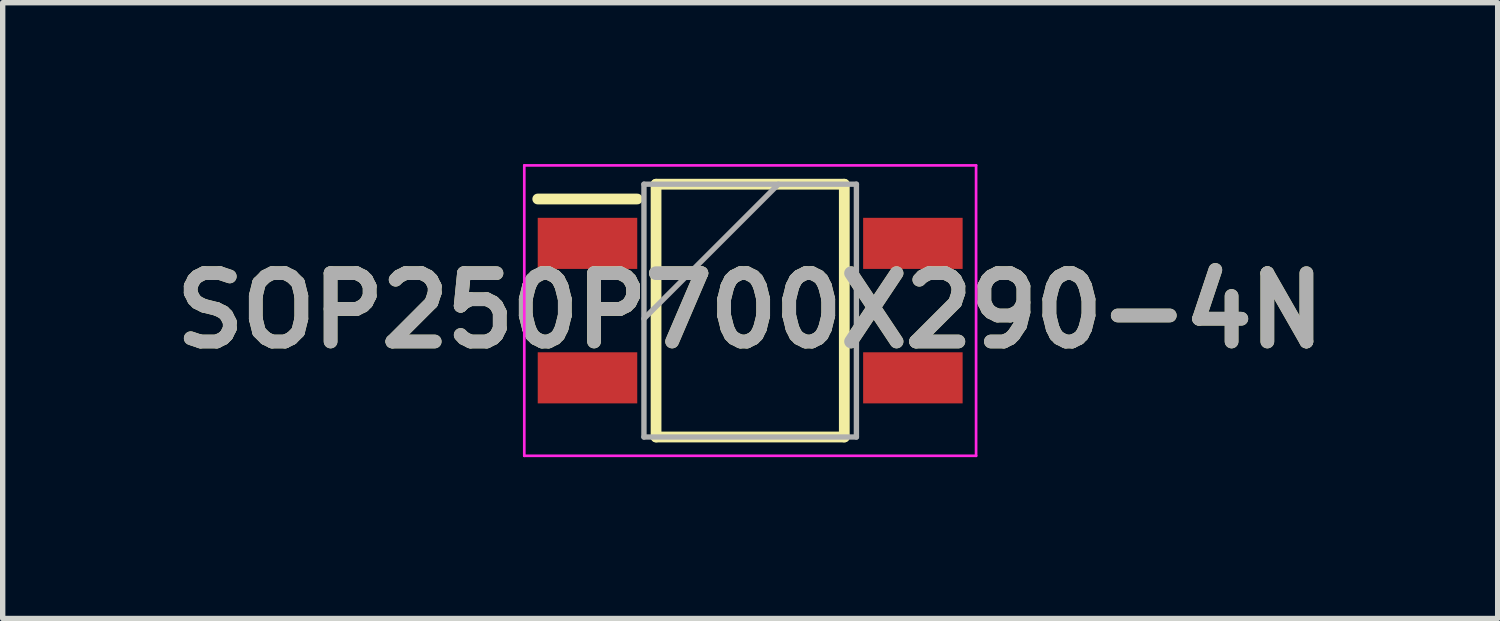
<source format=kicad_pcb>
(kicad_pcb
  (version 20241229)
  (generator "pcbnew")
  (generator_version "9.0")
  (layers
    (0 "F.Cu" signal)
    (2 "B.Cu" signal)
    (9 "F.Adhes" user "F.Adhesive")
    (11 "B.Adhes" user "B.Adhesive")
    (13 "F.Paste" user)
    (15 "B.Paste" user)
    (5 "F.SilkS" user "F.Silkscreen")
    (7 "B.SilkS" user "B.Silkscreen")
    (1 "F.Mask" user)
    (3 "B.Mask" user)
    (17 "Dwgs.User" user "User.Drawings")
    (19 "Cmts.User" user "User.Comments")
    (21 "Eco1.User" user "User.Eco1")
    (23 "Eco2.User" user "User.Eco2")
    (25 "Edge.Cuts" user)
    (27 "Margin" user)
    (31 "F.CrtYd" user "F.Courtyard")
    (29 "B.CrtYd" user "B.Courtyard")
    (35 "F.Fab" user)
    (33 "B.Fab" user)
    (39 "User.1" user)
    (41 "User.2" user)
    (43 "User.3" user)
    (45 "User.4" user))
  (footprint "SOP250P700X290-4N"
    (layer "F.Cu")
    (at 10.898 2.725)
    (property "Reference" "SOP250P700X290-4N" (at 0 0 0) (layer "F.SilkS") (effects (font (size 1.27 1.27) (thickness 0.254))))
    (attr smd)
    (fp_line (start -3.95 -2.075) (end -2.1 -2.075) (stroke (width 0.2) (type solid)) (layer "F.SilkS"))
    (fp_line (start -1.75 -2.35) (end 1.75 -2.35) (stroke (width 0.2) (type solid)) (layer "F.SilkS"))
    (fp_line (start -1.75 2.35) (end -1.75 -2.35) (stroke (width 0.2) (type solid)) (layer "F.SilkS"))
    (fp_line (start 1.75 -2.35) (end 1.75 2.35) (stroke (width 0.2) (type solid)) (layer "F.SilkS"))
    (fp_line (start 1.75 2.35) (end -1.75 2.35) (stroke (width 0.2) (type solid)) (layer "F.SilkS"))
    (fp_line (start -4.2 -2.7) (end 4.2 -2.7) (stroke (width 0.05) (type solid)) (layer "F.CrtYd"))
    (fp_line (start -4.2 2.7) (end -4.2 -2.7) (stroke (width 0.05) (type solid)) (layer "F.CrtYd"))
    (fp_line (start 4.2 -2.7) (end 4.2 2.7) (stroke (width 0.05) (type solid)) (layer "F.CrtYd"))
    (fp_line (start 4.2 2.7) (end -4.2 2.7) (stroke (width 0.05) (type solid)) (layer "F.CrtYd"))
    (fp_line (start -1.975 -2.35) (end 1.975 -2.35) (stroke (width 0.1) (type solid)) (layer "F.Fab"))
    (fp_line (start -1.975 0.15) (end 0.525 -2.35) (stroke (width 0.1) (type solid)) (layer "F.Fab"))
    (fp_line (start -1.975 2.35) (end -1.975 -2.35) (stroke (width 0.1) (type solid)) (layer "F.Fab"))
    (fp_line (start 1.975 -2.35) (end 1.975 2.35) (stroke (width 0.1) (type solid)) (layer "F.Fab"))
    (fp_line (start 1.975 2.35) (end -1.975 2.35) (stroke (width 0.1) (type solid)) (layer "F.Fab"))
    (fp_text user "${REFERENCE}" (at 0 0 0) (layer "F.Fab") (effects (font (size 1.27 1.27) (thickness 0.254))))
    (pad "1" smd rect (at -3.025 -1.25 90) (size 0.95 1.85) (layers "F.Cu" "F.Mask" "F.Paste"))
    (pad "2" smd rect (at -3.025 1.25 90) (size 0.95 1.85) (layers "F.Cu" "F.Mask" "F.Paste"))
    (pad "3" smd rect (at 3.025 1.25 90) (size 0.95 1.85) (layers "F.Cu" "F.Mask" "F.Paste"))
    (pad "4" smd rect (at 3.025 -1.25 90) (size 0.95 1.85) (layers "F.Cu" "F.Mask" "F.Paste")))
  (gr_rect
    (start -3 -3)
    (end 24.796 8.45)
    (stroke (width 0.1) (type default))
    (fill no)
    (layer "Edge.Cuts")))
</source>
